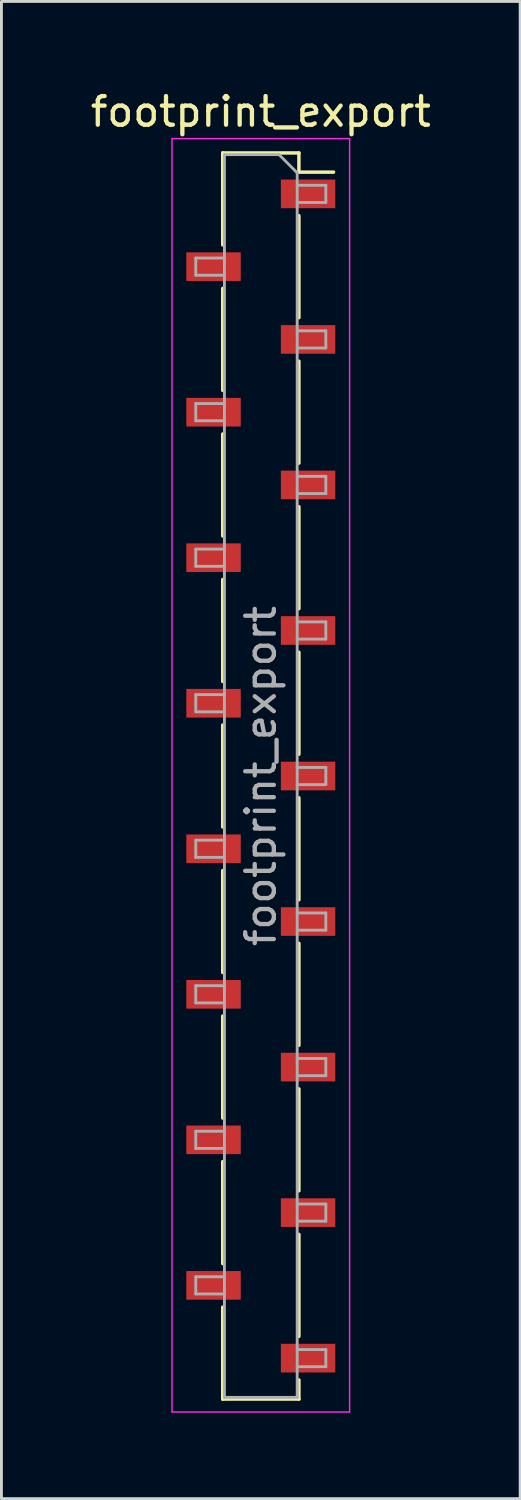
<source format=kicad_pcb>
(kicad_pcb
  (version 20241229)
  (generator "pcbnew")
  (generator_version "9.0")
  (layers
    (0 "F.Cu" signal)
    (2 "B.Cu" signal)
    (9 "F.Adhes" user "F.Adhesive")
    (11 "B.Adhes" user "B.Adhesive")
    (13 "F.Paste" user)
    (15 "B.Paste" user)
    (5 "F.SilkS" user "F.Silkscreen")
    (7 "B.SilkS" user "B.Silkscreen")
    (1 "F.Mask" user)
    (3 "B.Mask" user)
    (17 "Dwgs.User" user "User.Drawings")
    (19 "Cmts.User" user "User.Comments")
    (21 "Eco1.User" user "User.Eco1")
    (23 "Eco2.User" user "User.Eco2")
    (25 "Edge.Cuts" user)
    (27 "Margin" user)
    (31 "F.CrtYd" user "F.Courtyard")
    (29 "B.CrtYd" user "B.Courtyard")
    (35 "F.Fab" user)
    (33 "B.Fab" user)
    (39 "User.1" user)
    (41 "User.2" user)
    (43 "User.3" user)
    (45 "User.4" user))
  (footprint "footprint_export"
    (layer "F.Cu")
    (at 6.054 24.038)
    (property "Reference" "footprint_export" (at 0 -23.19 0) (layer "F.SilkS") (effects (font (size 1 1) (thickness 0.15))))
    (attr smd)
    (fp_line (start -1.33 -21.75) (end -1.33 -18.54) (stroke (width 0.12) (type solid)) (layer "F.SilkS"))
    (fp_line (start -1.33 -21.75) (end 1.33 -21.75) (stroke (width 0.12) (type solid)) (layer "F.SilkS"))
    (fp_line (start -1.33 -17.02) (end -1.33 -13.46) (stroke (width 0.12) (type solid)) (layer "F.SilkS"))
    (fp_line (start -1.33 -11.94) (end -1.33 -8.38) (stroke (width 0.12) (type solid)) (layer "F.SilkS"))
    (fp_line (start -1.33 -6.86) (end -1.33 -3.3) (stroke (width 0.12) (type solid)) (layer "F.SilkS"))
    (fp_line (start -1.33 -1.78) (end -1.33 1.78) (stroke (width 0.12) (type solid)) (layer "F.SilkS"))
    (fp_line (start -1.33 3.3) (end -1.33 6.86) (stroke (width 0.12) (type solid)) (layer "F.SilkS"))
    (fp_line (start -1.33 8.38) (end -1.33 11.94) (stroke (width 0.12) (type solid)) (layer "F.SilkS"))
    (fp_line (start -1.33 13.46) (end -1.33 17.02) (stroke (width 0.12) (type solid)) (layer "F.SilkS"))
    (fp_line (start -1.33 18.54) (end -1.33 21.75) (stroke (width 0.12) (type solid)) (layer "F.SilkS"))
    (fp_line (start -1.33 21.75) (end 1.33 21.75) (stroke (width 0.12) (type solid)) (layer "F.SilkS"))
    (fp_line (start 1.33 -21.75) (end 1.33 -21.08) (stroke (width 0.12) (type solid)) (layer "F.SilkS"))
    (fp_line (start 1.33 -21.08) (end 2.54 -21.08) (stroke (width 0.12) (type solid)) (layer "F.SilkS"))
    (fp_line (start 1.33 -19.56) (end 1.33 -16) (stroke (width 0.12) (type solid)) (layer "F.SilkS"))
    (fp_line (start 1.33 -14.48) (end 1.33 -10.92) (stroke (width 0.12) (type solid)) (layer "F.SilkS"))
    (fp_line (start 1.33 -9.4) (end 1.33 -5.84) (stroke (width 0.12) (type solid)) (layer "F.SilkS"))
    (fp_line (start 1.33 -4.32) (end 1.33 -0.76) (stroke (width 0.12) (type solid)) (layer "F.SilkS"))
    (fp_line (start 1.33 0.76) (end 1.33 4.32) (stroke (width 0.12) (type solid)) (layer "F.SilkS"))
    (fp_line (start 1.33 5.84) (end 1.33 9.4) (stroke (width 0.12) (type solid)) (layer "F.SilkS"))
    (fp_line (start 1.33 10.92) (end 1.33 14.48) (stroke (width 0.12) (type solid)) (layer "F.SilkS"))
    (fp_line (start 1.33 16) (end 1.33 19.56) (stroke (width 0.12) (type solid)) (layer "F.SilkS"))
    (fp_line (start 1.33 21.08) (end 1.33 21.75) (stroke (width 0.12) (type solid)) (layer "F.SilkS"))
    (fp_line (start -3.1 -22.25) (end 3.1 -22.25) (stroke (width 0.05) (type solid)) (layer "F.CrtYd"))
    (fp_line (start -3.1 22.2) (end -3.1 -22.25) (stroke (width 0.05) (type solid)) (layer "F.CrtYd"))
    (fp_line (start 3.1 -22.25) (end 3.1 22.2) (stroke (width 0.05) (type solid)) (layer "F.CrtYd"))
    (fp_line (start 3.1 22.2) (end -3.1 22.2) (stroke (width 0.05) (type solid)) (layer "F.CrtYd"))
    (fp_line (start -2.27 -18.08) (end -1.27 -18.08) (stroke (width 0.1) (type solid)) (layer "F.Fab"))
    (fp_line (start -2.27 -17.48) (end -2.27 -18.08) (stroke (width 0.1) (type solid)) (layer "F.Fab"))
    (fp_line (start -2.27 -13) (end -1.27 -13) (stroke (width 0.1) (type solid)) (layer "F.Fab"))
    (fp_line (start -2.27 -12.4) (end -2.27 -13) (stroke (width 0.1) (type solid)) (layer "F.Fab"))
    (fp_line (start -2.27 -7.92) (end -1.27 -7.92) (stroke (width 0.1) (type solid)) (layer "F.Fab"))
    (fp_line (start -2.27 -7.32) (end -2.27 -7.92) (stroke (width 0.1) (type solid)) (layer "F.Fab"))
    (fp_line (start -2.27 -2.84) (end -1.27 -2.84) (stroke (width 0.1) (type solid)) (layer "F.Fab"))
    (fp_line (start -2.27 -2.24) (end -2.27 -2.84) (stroke (width 0.1) (type solid)) (layer "F.Fab"))
    (fp_line (start -2.27 2.24) (end -1.27 2.24) (stroke (width 0.1) (type solid)) (layer "F.Fab"))
    (fp_line (start -2.27 2.84) (end -2.27 2.24) (stroke (width 0.1) (type solid)) (layer "F.Fab"))
    (fp_line (start -2.27 7.32) (end -1.27 7.32) (stroke (width 0.1) (type solid)) (layer "F.Fab"))
    (fp_line (start -2.27 7.92) (end -2.27 7.32) (stroke (width 0.1) (type solid)) (layer "F.Fab"))
    (fp_line (start -2.27 12.4) (end -1.27 12.4) (stroke (width 0.1) (type solid)) (layer "F.Fab"))
    (fp_line (start -2.27 13) (end -2.27 12.4) (stroke (width 0.1) (type solid)) (layer "F.Fab"))
    (fp_line (start -2.27 17.48) (end -1.27 17.48) (stroke (width 0.1) (type solid)) (layer "F.Fab"))
    (fp_line (start -2.27 18.08) (end -2.27 17.48) (stroke (width 0.1) (type solid)) (layer "F.Fab"))
    (fp_line (start -1.27 -21.69) (end 0.635 -21.69) (stroke (width 0.1) (type solid)) (layer "F.Fab"))
    (fp_line (start -1.27 -17.48) (end -2.27 -17.48) (stroke (width 0.1) (type solid)) (layer "F.Fab"))
    (fp_line (start -1.27 -12.4) (end -2.27 -12.4) (stroke (width 0.1) (type solid)) (layer "F.Fab"))
    (fp_line (start -1.27 -7.32) (end -2.27 -7.32) (stroke (width 0.1) (type solid)) (layer "F.Fab"))
    (fp_line (start -1.27 -2.24) (end -2.27 -2.24) (stroke (width 0.1) (type solid)) (layer "F.Fab"))
    (fp_line (start -1.27 2.84) (end -2.27 2.84) (stroke (width 0.1) (type solid)) (layer "F.Fab"))
    (fp_line (start -1.27 7.92) (end -2.27 7.92) (stroke (width 0.1) (type solid)) (layer "F.Fab"))
    (fp_line (start -1.27 13) (end -2.27 13) (stroke (width 0.1) (type solid)) (layer "F.Fab"))
    (fp_line (start -1.27 18.08) (end -2.27 18.08) (stroke (width 0.1) (type solid)) (layer "F.Fab"))
    (fp_line (start -1.27 21.69) (end -1.27 -21.69) (stroke (width 0.1) (type solid)) (layer "F.Fab"))
    (fp_line (start 0.635 -21.69) (end 1.27 -21.055) (stroke (width 0.1) (type solid)) (layer "F.Fab"))
    (fp_line (start 1.27 -21.055) (end 1.27 21.69) (stroke (width 0.1) (type solid)) (layer "F.Fab"))
    (fp_line (start 1.27 -20.62) (end 2.27 -20.62) (stroke (width 0.1) (type solid)) (layer "F.Fab"))
    (fp_line (start 1.27 -15.54) (end 2.27 -15.54) (stroke (width 0.1) (type solid)) (layer "F.Fab"))
    (fp_line (start 1.27 -10.46) (end 2.27 -10.46) (stroke (width 0.1) (type solid)) (layer "F.Fab"))
    (fp_line (start 1.27 -5.38) (end 2.27 -5.38) (stroke (width 0.1) (type solid)) (layer "F.Fab"))
    (fp_line (start 1.27 -0.3) (end 2.27 -0.3) (stroke (width 0.1) (type solid)) (layer "F.Fab"))
    (fp_line (start 1.27 4.78) (end 2.27 4.78) (stroke (width 0.1) (type solid)) (layer "F.Fab"))
    (fp_line (start 1.27 9.86) (end 2.27 9.86) (stroke (width 0.1) (type solid)) (layer "F.Fab"))
    (fp_line (start 1.27 14.94) (end 2.27 14.94) (stroke (width 0.1) (type solid)) (layer "F.Fab"))
    (fp_line (start 1.27 20.02) (end 2.27 20.02) (stroke (width 0.1) (type solid)) (layer "F.Fab"))
    (fp_line (start 1.27 21.69) (end -1.27 21.69) (stroke (width 0.1) (type solid)) (layer "F.Fab"))
    (fp_line (start 2.27 -20.62) (end 2.27 -20.02) (stroke (width 0.1) (type solid)) (layer "F.Fab"))
    (fp_line (start 2.27 -20.02) (end 1.27 -20.02) (stroke (width 0.1) (type solid)) (layer "F.Fab"))
    (fp_line (start 2.27 -15.54) (end 2.27 -14.94) (stroke (width 0.1) (type solid)) (layer "F.Fab"))
    (fp_line (start 2.27 -14.94) (end 1.27 -14.94) (stroke (width 0.1) (type solid)) (layer "F.Fab"))
    (fp_line (start 2.27 -10.46) (end 2.27 -9.86) (stroke (width 0.1) (type solid)) (layer "F.Fab"))
    (fp_line (start 2.27 -9.86) (end 1.27 -9.86) (stroke (width 0.1) (type solid)) (layer "F.Fab"))
    (fp_line (start 2.27 -5.38) (end 2.27 -4.78) (stroke (width 0.1) (type solid)) (layer "F.Fab"))
    (fp_line (start 2.27 -4.78) (end 1.27 -4.78) (stroke (width 0.1) (type solid)) (layer "F.Fab"))
    (fp_line (start 2.27 -0.3) (end 2.27 0.3) (stroke (width 0.1) (type solid)) (layer "F.Fab"))
    (fp_line (start 2.27 0.3) (end 1.27 0.3) (stroke (width 0.1) (type solid)) (layer "F.Fab"))
    (fp_line (start 2.27 4.78) (end 2.27 5.38) (stroke (width 0.1) (type solid)) (layer "F.Fab"))
    (fp_line (start 2.27 5.38) (end 1.27 5.38) (stroke (width 0.1) (type solid)) (layer "F.Fab"))
    (fp_line (start 2.27 9.86) (end 2.27 10.46) (stroke (width 0.1) (type solid)) (layer "F.Fab"))
    (fp_line (start 2.27 10.46) (end 1.27 10.46) (stroke (width 0.1) (type solid)) (layer "F.Fab"))
    (fp_line (start 2.27 14.94) (end 2.27 15.54) (stroke (width 0.1) (type solid)) (layer "F.Fab"))
    (fp_line (start 2.27 15.54) (end 1.27 15.54) (stroke (width 0.1) (type solid)) (layer "F.Fab"))
    (fp_line (start 2.27 20.02) (end 2.27 20.62) (stroke (width 0.1) (type solid)) (layer "F.Fab"))
    (fp_line (start 2.27 20.62) (end 1.27 20.62) (stroke (width 0.1) (type solid)) (layer "F.Fab"))
    (fp_text user "${REFERENCE}" (at 0 0 90) (layer "F.Fab") (effects (font (size 1 1) (thickness 0.15))))
    (pad "1" smd rect (at 1.65 -20.32) (size 1.9 1) (layers "F.Cu" "F.Mask" "F.Paste"))
    (pad "2" smd rect (at -1.65 -17.78) (size 1.9 1) (layers "F.Cu" "F.Mask" "F.Paste"))
    (pad "3" smd rect (at 1.65 -15.24) (size 1.9 1) (layers "F.Cu" "F.Mask" "F.Paste"))
    (pad "4" smd rect (at -1.65 -12.7) (size 1.9 1) (layers "F.Cu" "F.Mask" "F.Paste"))
    (pad "5" smd rect (at 1.65 -10.16) (size 1.9 1) (layers "F.Cu" "F.Mask" "F.Paste"))
    (pad "6" smd rect (at -1.65 -7.62) (size 1.9 1) (layers "F.Cu" "F.Mask" "F.Paste"))
    (pad "7" smd rect (at 1.65 -5.08) (size 1.9 1) (layers "F.Cu" "F.Mask" "F.Paste"))
    (pad "8" smd rect (at -1.65 -2.54) (size 1.9 1) (layers "F.Cu" "F.Mask" "F.Paste"))
    (pad "9" smd rect (at 1.65 0) (size 1.9 1) (layers "F.Cu" "F.Mask" "F.Paste"))
    (pad "10" smd rect (at -1.65 2.54) (size 1.9 1) (layers "F.Cu" "F.Mask" "F.Paste"))
    (pad "11" smd rect (at 1.65 5.08) (size 1.9 1) (layers "F.Cu" "F.Mask" "F.Paste"))
    (pad "12" smd rect (at -1.65 7.62) (size 1.9 1) (layers "F.Cu" "F.Mask" "F.Paste"))
    (pad "13" smd rect (at 1.65 10.16) (size 1.9 1) (layers "F.Cu" "F.Mask" "F.Paste"))
    (pad "14" smd rect (at -1.65 12.7) (size 1.9 1) (layers "F.Cu" "F.Mask" "F.Paste"))
    (pad "15" smd rect (at 1.65 15.24) (size 1.9 1) (layers "F.Cu" "F.Mask" "F.Paste"))
    (pad "16" smd rect (at -1.65 17.78) (size 1.9 1) (layers "F.Cu" "F.Mask" "F.Paste"))
    (pad "17" smd rect (at 1.65 20.32) (size 1.9 1) (layers "F.Cu" "F.Mask" "F.Paste")))
  (gr_rect
    (start -3 -3)
    (end 15.107 49.263)
    (stroke (width 0.1) (type default))
    (fill no)
    (layer "Edge.Cuts")))
</source>
